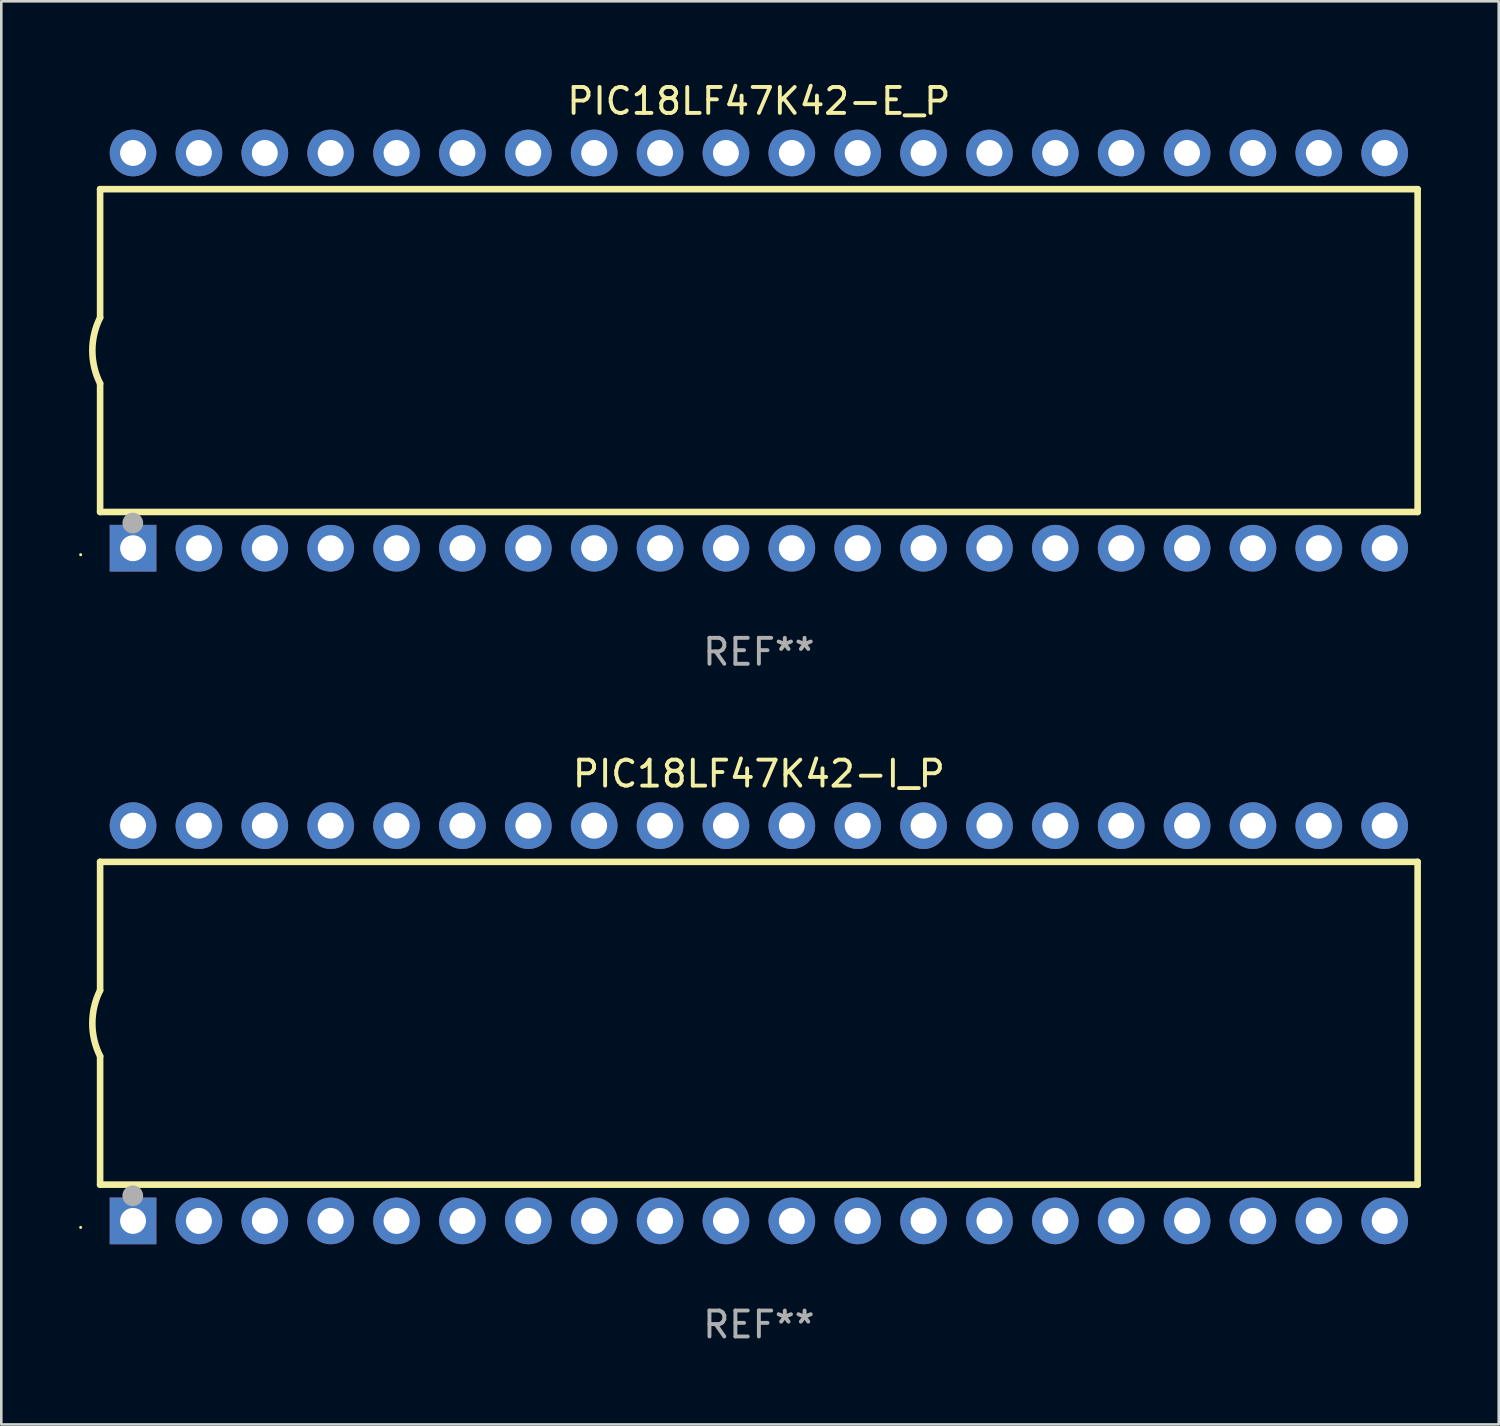
<source format=kicad_pcb>
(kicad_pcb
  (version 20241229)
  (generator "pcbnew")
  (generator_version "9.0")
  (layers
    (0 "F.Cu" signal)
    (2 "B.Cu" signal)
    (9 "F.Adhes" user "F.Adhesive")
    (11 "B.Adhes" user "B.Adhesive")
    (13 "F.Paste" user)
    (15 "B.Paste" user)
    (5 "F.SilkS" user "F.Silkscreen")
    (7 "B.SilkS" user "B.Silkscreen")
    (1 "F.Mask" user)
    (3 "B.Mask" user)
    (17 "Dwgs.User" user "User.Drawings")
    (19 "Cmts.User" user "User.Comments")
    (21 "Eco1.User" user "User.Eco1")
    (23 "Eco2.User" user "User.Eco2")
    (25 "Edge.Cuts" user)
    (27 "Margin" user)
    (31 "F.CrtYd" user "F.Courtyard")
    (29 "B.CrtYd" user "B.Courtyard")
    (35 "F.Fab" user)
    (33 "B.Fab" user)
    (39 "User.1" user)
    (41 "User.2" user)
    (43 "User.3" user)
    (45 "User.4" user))
  (footprint "PIC18LF47K42-I_P"
    (layer "F.Cu")
    (at 26.21 36.405)
    (property "Reference" "PIC18LF47K42-I_P" (at 0 -9.62 0) (layer "F.SilkS") (effects (font (size 1 1) (thickness 0.15))))
    (attr through_hole)
    (fp_line (start -25.4 -6.224) (end -25.4 -1.271) (stroke (width 0.254) (type solid)) (layer "F.SilkS"))
    (fp_line (start -25.4 -6.224) (end 25.4 -6.224) (stroke (width 0.254) (type solid)) (layer "F.SilkS"))
    (fp_line (start -25.4 1.269) (end -25.4 6.222) (stroke (width 0.254) (type solid)) (layer "F.SilkS"))
    (fp_line (start -25.4 6.222) (end 25.4 6.222) (stroke (width 0.254) (type solid)) (layer "F.SilkS"))
    (fp_line (start 25.4 6.222) (end 25.4 -6.224) (stroke (width 0.254) (type solid)) (layer "F.SilkS"))
    (fp_arc (start -25.4 1.269241) (mid -25.699807 -0.000762) (end -25.4 -1.270765) (stroke (width 0.254001) (type solid)) (layer "F.SilkS"))
    (fp_circle (center -26.15 7.87) (end -26.12 7.87) (stroke (width 0.06) (type solid)) (fill no) (layer "F.SilkS"))
    (fp_circle (center -24.14 6.65) (end -23.94 6.65) (stroke (width 0.4) (type solid)) (fill no) (layer "F.Fab"))
    (fp_text user "REF**" (at 0 11.62 0) (layer "F.Fab") (effects (font (size 1 1) (thickness 0.15))))
    (pad "1" thru_hole rect (at -24.13 7.62 90) (size 1.8 1.8) (drill 1) (layers "*.Cu" "*.Mask"))
    (pad "2" thru_hole circle (at -21.59 7.62) (size 1.8 1.8) (drill 1) (layers "*.Cu" "*.Mask"))
    (pad "3" thru_hole circle (at -19.05 7.62) (size 1.8 1.8) (drill 1) (layers "*.Cu" "*.Mask"))
    (pad "4" thru_hole circle (at -16.51 7.62) (size 1.8 1.8) (drill 1) (layers "*.Cu" "*.Mask"))
    (pad "5" thru_hole circle (at -13.97 7.62) (size 1.8 1.8) (drill 1) (layers "*.Cu" "*.Mask"))
    (pad "6" thru_hole circle (at -11.43 7.62) (size 1.8 1.8) (drill 1) (layers "*.Cu" "*.Mask"))
    (pad "7" thru_hole circle (at -8.89 7.62) (size 1.8 1.8) (drill 1) (layers "*.Cu" "*.Mask"))
    (pad "8" thru_hole circle (at -6.35 7.62) (size 1.8 1.8) (drill 1) (layers "*.Cu" "*.Mask"))
    (pad "9" thru_hole circle (at -3.81 7.62) (size 1.8 1.8) (drill 1) (layers "*.Cu" "*.Mask"))
    (pad "10" thru_hole circle (at -1.27 7.62) (size 1.8 1.8) (drill 1) (layers "*.Cu" "*.Mask"))
    (pad "11" thru_hole circle (at 1.27 7.62) (size 1.8 1.8) (drill 1) (layers "*.Cu" "*.Mask"))
    (pad "12" thru_hole circle (at 3.81 7.62) (size 1.8 1.8) (drill 1) (layers "*.Cu" "*.Mask"))
    (pad "13" thru_hole circle (at 6.35 7.62) (size 1.8 1.8) (drill 1) (layers "*.Cu" "*.Mask"))
    (pad "14" thru_hole circle (at 8.89 7.62) (size 1.8 1.8) (drill 1) (layers "*.Cu" "*.Mask"))
    (pad "15" thru_hole circle (at 11.43 7.62) (size 1.8 1.8) (drill 1) (layers "*.Cu" "*.Mask"))
    (pad "16" thru_hole circle (at 13.97 7.62) (size 1.8 1.8) (drill 1) (layers "*.Cu" "*.Mask"))
    (pad "17" thru_hole circle (at 16.51 7.62) (size 1.8 1.8) (drill 1) (layers "*.Cu" "*.Mask"))
    (pad "18" thru_hole circle (at 19.05 7.62) (size 1.8 1.8) (drill 1) (layers "*.Cu" "*.Mask"))
    (pad "19" thru_hole circle (at 21.59 7.62) (size 1.8 1.8) (drill 1) (layers "*.Cu" "*.Mask"))
    (pad "20" thru_hole circle (at 24.13 7.62) (size 1.8 1.8) (drill 1) (layers "*.Cu" "*.Mask"))
    (pad "21" thru_hole circle (at 24.13 -7.62) (size 1.8 1.8) (drill 1) (layers "*.Cu" "*.Mask"))
    (pad "22" thru_hole circle (at 21.59 -7.62) (size 1.8 1.8) (drill 1) (layers "*.Cu" "*.Mask"))
    (pad "23" thru_hole circle (at 19.05 -7.62) (size 1.8 1.8) (drill 1) (layers "*.Cu" "*.Mask"))
    (pad "24" thru_hole circle (at 16.51 -7.62) (size 1.8 1.8) (drill 1) (layers "*.Cu" "*.Mask"))
    (pad "25" thru_hole circle (at 13.97 -7.62) (size 1.8 1.8) (drill 1) (layers "*.Cu" "*.Mask"))
    (pad "26" thru_hole circle (at 11.43 -7.62) (size 1.8 1.8) (drill 1) (layers "*.Cu" "*.Mask"))
    (pad "27" thru_hole circle (at 8.89 -7.62) (size 1.8 1.8) (drill 1) (layers "*.Cu" "*.Mask"))
    (pad "28" thru_hole circle (at 6.35 -7.62) (size 1.8 1.8) (drill 1) (layers "*.Cu" "*.Mask"))
    (pad "29" thru_hole circle (at 3.81 -7.62) (size 1.8 1.8) (drill 1) (layers "*.Cu" "*.Mask"))
    (pad "30" thru_hole circle (at 1.27 -7.62) (size 1.8 1.8) (drill 1) (layers "*.Cu" "*.Mask"))
    (pad "31" thru_hole circle (at -1.27 -7.62) (size 1.8 1.8) (drill 1) (layers "*.Cu" "*.Mask"))
    (pad "32" thru_hole circle (at -3.81 -7.62) (size 1.8 1.8) (drill 1) (layers "*.Cu" "*.Mask"))
    (pad "33" thru_hole circle (at -6.35 -7.62) (size 1.8 1.8) (drill 1) (layers "*.Cu" "*.Mask"))
    (pad "34" thru_hole circle (at -8.89 -7.62) (size 1.8 1.8) (drill 1) (layers "*.Cu" "*.Mask"))
    (pad "35" thru_hole circle (at -11.43 -7.62) (size 1.8 1.8) (drill 1) (layers "*.Cu" "*.Mask"))
    (pad "36" thru_hole circle (at -13.97 -7.62) (size 1.8 1.8) (drill 1) (layers "*.Cu" "*.Mask"))
    (pad "37" thru_hole circle (at -16.51 -7.62) (size 1.8 1.8) (drill 1) (layers "*.Cu" "*.Mask"))
    (pad "38" thru_hole circle (at -19.05 -7.62) (size 1.8 1.8) (drill 1) (layers "*.Cu" "*.Mask"))
    (pad "39" thru_hole circle (at -21.59 -7.62) (size 1.8 1.8) (drill 1) (layers "*.Cu" "*.Mask"))
    (pad "40" thru_hole circle (at -24.13 -7.62) (size 1.8 1.8) (drill 1) (layers "*.Cu" "*.Mask")))
  (footprint "PIC18LF47K42-E_P"
    (layer "F.Cu")
    (at 26.21 10.468)
    (property "Reference" "PIC18LF47K42-E_P" (at 0 -9.62 0) (layer "F.SilkS") (effects (font (size 1 1) (thickness 0.15))))
    (attr through_hole)
    (fp_line (start -25.4 -6.224) (end -25.4 -1.271) (stroke (width 0.254) (type solid)) (layer "F.SilkS"))
    (fp_line (start -25.4 -6.224) (end 25.4 -6.224) (stroke (width 0.254) (type solid)) (layer "F.SilkS"))
    (fp_line (start -25.4 1.269) (end -25.4 6.222) (stroke (width 0.254) (type solid)) (layer "F.SilkS"))
    (fp_line (start -25.4 6.222) (end 25.4 6.222) (stroke (width 0.254) (type solid)) (layer "F.SilkS"))
    (fp_line (start 25.4 6.222) (end 25.4 -6.224) (stroke (width 0.254) (type solid)) (layer "F.SilkS"))
    (fp_arc (start -25.4 1.269241) (mid -25.699807 -0.000762) (end -25.4 -1.270765) (stroke (width 0.254001) (type solid)) (layer "F.SilkS"))
    (fp_circle (center -26.15 7.87) (end -26.12 7.87) (stroke (width 0.06) (type solid)) (fill no) (layer "F.SilkS"))
    (fp_circle (center -24.14 6.65) (end -23.94 6.65) (stroke (width 0.4) (type solid)) (fill no) (layer "F.Fab"))
    (fp_text user "REF**" (at 0 11.62 0) (layer "F.Fab") (effects (font (size 1 1) (thickness 0.15))))
    (pad "1" thru_hole rect (at -24.13 7.62 90) (size 1.8 1.8) (drill 1) (layers "*.Cu" "*.Mask"))
    (pad "2" thru_hole circle (at -21.59 7.62) (size 1.8 1.8) (drill 1) (layers "*.Cu" "*.Mask"))
    (pad "3" thru_hole circle (at -19.05 7.62) (size 1.8 1.8) (drill 1) (layers "*.Cu" "*.Mask"))
    (pad "4" thru_hole circle (at -16.51 7.62) (size 1.8 1.8) (drill 1) (layers "*.Cu" "*.Mask"))
    (pad "5" thru_hole circle (at -13.97 7.62) (size 1.8 1.8) (drill 1) (layers "*.Cu" "*.Mask"))
    (pad "6" thru_hole circle (at -11.43 7.62) (size 1.8 1.8) (drill 1) (layers "*.Cu" "*.Mask"))
    (pad "7" thru_hole circle (at -8.89 7.62) (size 1.8 1.8) (drill 1) (layers "*.Cu" "*.Mask"))
    (pad "8" thru_hole circle (at -6.35 7.62) (size 1.8 1.8) (drill 1) (layers "*.Cu" "*.Mask"))
    (pad "9" thru_hole circle (at -3.81 7.62) (size 1.8 1.8) (drill 1) (layers "*.Cu" "*.Mask"))
    (pad "10" thru_hole circle (at -1.27 7.62) (size 1.8 1.8) (drill 1) (layers "*.Cu" "*.Mask"))
    (pad "11" thru_hole circle (at 1.27 7.62) (size 1.8 1.8) (drill 1) (layers "*.Cu" "*.Mask"))
    (pad "12" thru_hole circle (at 3.81 7.62) (size 1.8 1.8) (drill 1) (layers "*.Cu" "*.Mask"))
    (pad "13" thru_hole circle (at 6.35 7.62) (size 1.8 1.8) (drill 1) (layers "*.Cu" "*.Mask"))
    (pad "14" thru_hole circle (at 8.89 7.62) (size 1.8 1.8) (drill 1) (layers "*.Cu" "*.Mask"))
    (pad "15" thru_hole circle (at 11.43 7.62) (size 1.8 1.8) (drill 1) (layers "*.Cu" "*.Mask"))
    (pad "16" thru_hole circle (at 13.97 7.62) (size 1.8 1.8) (drill 1) (layers "*.Cu" "*.Mask"))
    (pad "17" thru_hole circle (at 16.51 7.62) (size 1.8 1.8) (drill 1) (layers "*.Cu" "*.Mask"))
    (pad "18" thru_hole circle (at 19.05 7.62) (size 1.8 1.8) (drill 1) (layers "*.Cu" "*.Mask"))
    (pad "19" thru_hole circle (at 21.59 7.62) (size 1.8 1.8) (drill 1) (layers "*.Cu" "*.Mask"))
    (pad "20" thru_hole circle (at 24.13 7.62) (size 1.8 1.8) (drill 1) (layers "*.Cu" "*.Mask"))
    (pad "21" thru_hole circle (at 24.13 -7.62) (size 1.8 1.8) (drill 1) (layers "*.Cu" "*.Mask"))
    (pad "22" thru_hole circle (at 21.59 -7.62) (size 1.8 1.8) (drill 1) (layers "*.Cu" "*.Mask"))
    (pad "23" thru_hole circle (at 19.05 -7.62) (size 1.8 1.8) (drill 1) (layers "*.Cu" "*.Mask"))
    (pad "24" thru_hole circle (at 16.51 -7.62) (size 1.8 1.8) (drill 1) (layers "*.Cu" "*.Mask"))
    (pad "25" thru_hole circle (at 13.97 -7.62) (size 1.8 1.8) (drill 1) (layers "*.Cu" "*.Mask"))
    (pad "26" thru_hole circle (at 11.43 -7.62) (size 1.8 1.8) (drill 1) (layers "*.Cu" "*.Mask"))
    (pad "27" thru_hole circle (at 8.89 -7.62) (size 1.8 1.8) (drill 1) (layers "*.Cu" "*.Mask"))
    (pad "28" thru_hole circle (at 6.35 -7.62) (size 1.8 1.8) (drill 1) (layers "*.Cu" "*.Mask"))
    (pad "29" thru_hole circle (at 3.81 -7.62) (size 1.8 1.8) (drill 1) (layers "*.Cu" "*.Mask"))
    (pad "30" thru_hole circle (at 1.27 -7.62) (size 1.8 1.8) (drill 1) (layers "*.Cu" "*.Mask"))
    (pad "31" thru_hole circle (at -1.27 -7.62) (size 1.8 1.8) (drill 1) (layers "*.Cu" "*.Mask"))
    (pad "32" thru_hole circle (at -3.81 -7.62) (size 1.8 1.8) (drill 1) (layers "*.Cu" "*.Mask"))
    (pad "33" thru_hole circle (at -6.35 -7.62) (size 1.8 1.8) (drill 1) (layers "*.Cu" "*.Mask"))
    (pad "34" thru_hole circle (at -8.89 -7.62) (size 1.8 1.8) (drill 1) (layers "*.Cu" "*.Mask"))
    (pad "35" thru_hole circle (at -11.43 -7.62) (size 1.8 1.8) (drill 1) (layers "*.Cu" "*.Mask"))
    (pad "36" thru_hole circle (at -13.97 -7.62) (size 1.8 1.8) (drill 1) (layers "*.Cu" "*.Mask"))
    (pad "37" thru_hole circle (at -16.51 -7.62) (size 1.8 1.8) (drill 1) (layers "*.Cu" "*.Mask"))
    (pad "38" thru_hole circle (at -19.05 -7.62) (size 1.8 1.8) (drill 1) (layers "*.Cu" "*.Mask"))
    (pad "39" thru_hole circle (at -21.59 -7.62) (size 1.8 1.8) (drill 1) (layers "*.Cu" "*.Mask"))
    (pad "40" thru_hole circle (at -24.13 -7.62) (size 1.8 1.8) (drill 1) (layers "*.Cu" "*.Mask")))
  (gr_rect
    (start -3 -3)
    (end 54.737 51.873)
    (stroke (width 0.1) (type default))
    (fill no)
    (layer "Edge.Cuts")))
</source>
